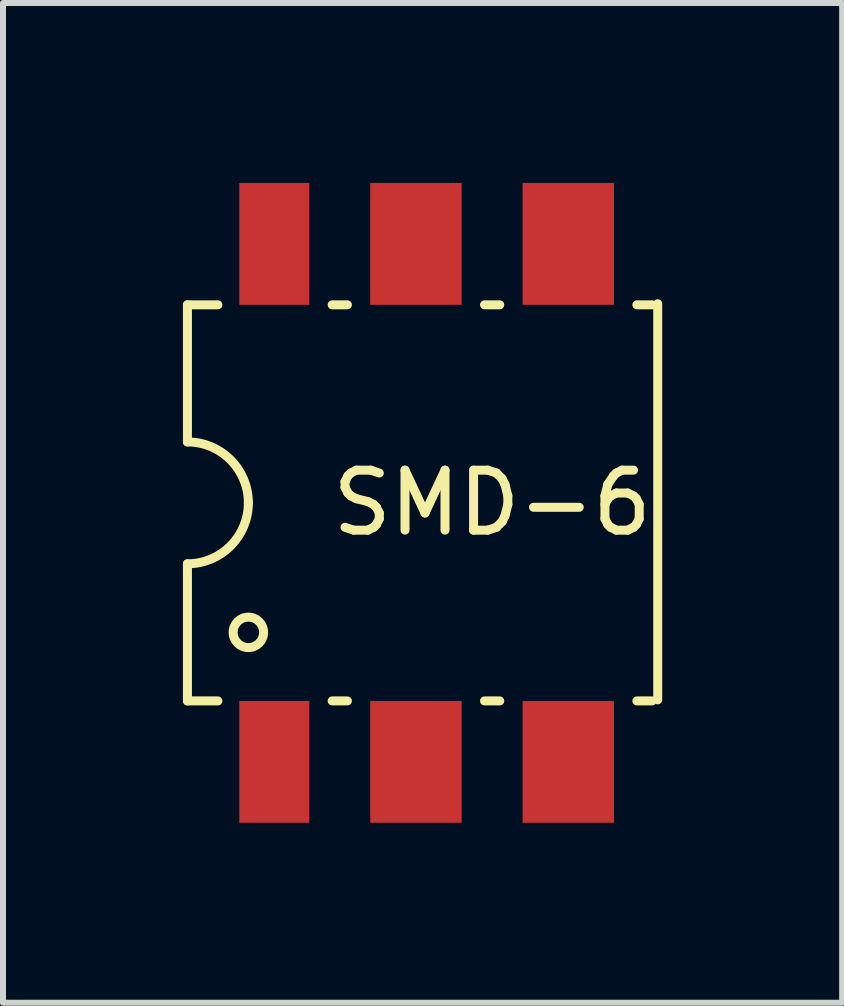
<source format=kicad_pcb>
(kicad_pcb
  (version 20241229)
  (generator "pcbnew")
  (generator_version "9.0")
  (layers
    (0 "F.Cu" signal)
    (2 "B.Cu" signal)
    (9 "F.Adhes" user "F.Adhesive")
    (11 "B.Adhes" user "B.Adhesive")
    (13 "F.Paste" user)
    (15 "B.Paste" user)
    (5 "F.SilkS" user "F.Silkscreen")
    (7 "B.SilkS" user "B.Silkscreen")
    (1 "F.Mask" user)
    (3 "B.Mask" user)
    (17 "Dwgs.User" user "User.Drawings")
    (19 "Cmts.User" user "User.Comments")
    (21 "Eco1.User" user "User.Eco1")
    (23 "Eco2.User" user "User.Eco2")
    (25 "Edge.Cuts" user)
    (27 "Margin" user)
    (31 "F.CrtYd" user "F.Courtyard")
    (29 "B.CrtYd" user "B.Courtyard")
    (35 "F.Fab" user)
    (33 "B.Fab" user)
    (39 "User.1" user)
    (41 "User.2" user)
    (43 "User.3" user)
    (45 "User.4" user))
  (footprint "SMD-6"
    (layer "F.Cu")
    (at 5.155 5.334)
    (property "Reference" "SMD-6" (at 0 0 0) (layer "F.SilkS") (effects (font (size 1 1) (thickness 0.15))))
    (attr through_hole)
    (fp_line (start -5.08 -3.302) (end -5.08 -1.016) (stroke (width 0.15) (type solid)) (layer "F.SilkS"))
    (fp_line (start -5.08 -3.302) (end -4.572 -3.302) (stroke (width 0.15) (type solid)) (layer "F.SilkS"))
    (fp_line (start -5.08 1.016) (end -5.08 3.302) (stroke (width 0.15) (type solid)) (layer "F.SilkS"))
    (fp_line (start -5.08 3.302) (end -4.572 3.302) (stroke (width 0.15) (type solid)) (layer "F.SilkS"))
    (fp_line (start -2.667 -3.302) (end -2.413 -3.302) (stroke (width 0.15) (type solid)) (layer "F.SilkS"))
    (fp_line (start -2.667 3.302) (end -2.413 3.302) (stroke (width 0.15) (type solid)) (layer "F.SilkS"))
    (fp_line (start -0.127 -3.302) (end 0.127 -3.302) (stroke (width 0.15) (type solid)) (layer "F.SilkS"))
    (fp_line (start -0.127 3.302) (end 0.127 3.302) (stroke (width 0.15) (type solid)) (layer "F.SilkS"))
    (fp_line (start 2.413 -3.302) (end 2.667 -3.302) (stroke (width 0.15) (type solid)) (layer "F.SilkS"))
    (fp_line (start 2.413 3.302) (end 2.667 3.302) (stroke (width 0.15) (type solid)) (layer "F.SilkS"))
    (fp_line (start 2.761 -3.32) (end 2.761 3.284) (stroke (width 0.15) (type solid)) (layer "F.SilkS"))
    (fp_arc (start -5.08 -1.016) (mid -4.36158 -0.71842) (end -4.064 0) (stroke (width 0.15) (type solid)) (layer "F.SilkS"))
    (fp_arc (start -4.064 0) (mid -4.36158 0.71842) (end -5.08 1.016) (stroke (width 0.15) (type solid)) (layer "F.SilkS"))
    (fp_circle (center -4.064 2.159) (end -3.81 2.159) (stroke (width 0.15) (type solid)) (fill no) (layer "F.SilkS"))
    (pad "1" smd rect (at -3.632 4.318) (size 1.168 2.032) (layers "F.Cu" "F.Mask" "F.Paste"))
    (pad "2" smd rect (at -1.27 4.318) (size 1.524 2.032) (layers "F.Cu" "F.Mask" "F.Paste"))
    (pad "3" smd rect (at 1.27 4.318) (size 1.524 2.032) (layers "F.Cu" "F.Mask" "F.Paste"))
    (pad "4" smd rect (at 1.27 -4.318) (size 1.524 2.032) (layers "F.Cu" "F.Mask" "F.Paste"))
    (pad "5" smd rect (at -1.27 -4.318) (size 1.524 2.032) (layers "F.Cu" "F.Mask" "F.Paste"))
    (pad "6" smd rect (at -3.632 -4.318) (size 1.168 2.032) (layers "F.Cu" "F.Mask" "F.Paste")))
  (gr_rect
    (start -3 -3)
    (end 10.991 13.668)
    (stroke (width 0.1) (type default))
    (fill no)
    (layer "Edge.Cuts")))
</source>
